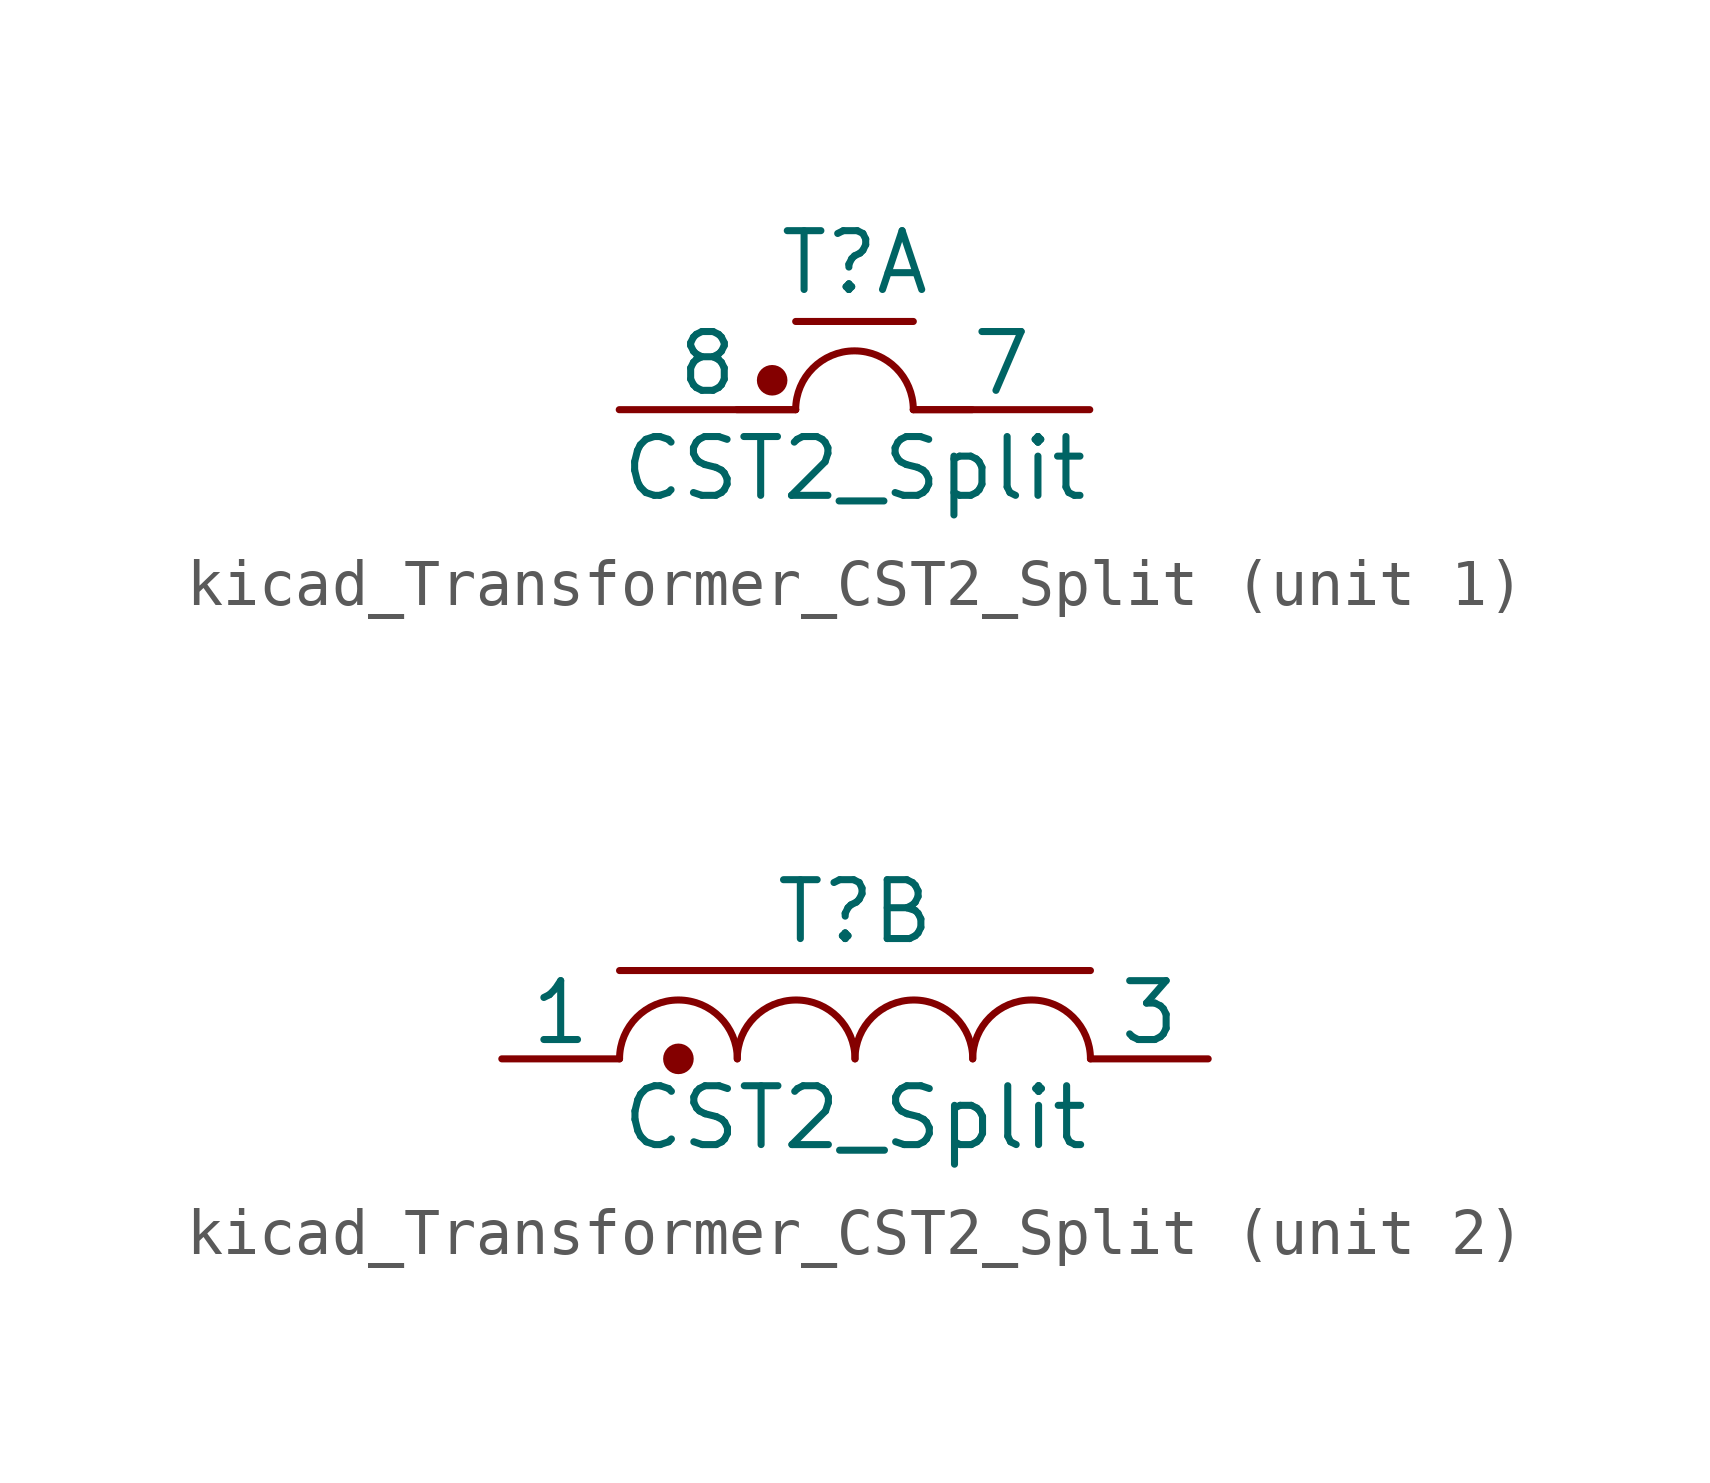
<source format=kicad_sym>
(kicad_symbol_lib
  (version 20220914)
  (generator kicad_symbol_editor)
  (symbol "kicad_Transformer_CST2_Split"
    (pin_numbers hide)
    (pin_names
      (offset 0))
    (property "Reference" "T"
      (at 0 3.175 0)
      (effects (font (size 1.27 1.27))))
    (property "Value" "CST2_Split"
      (at 0 -1.27 0)
      (effects (font (size 1.27 1.27))))
    (property "ki_locked" ""
      (at 0 0 0)
      (effects (font (size 1.27 1.27))))
    (symbol "kicad_Transformer_CST2_Split_1_1"
      (circle (center -1.778 0.635) (radius 0.254) (stroke (width 0) (type default)) (fill (type outline)))
      (polyline (pts (xy -2.54 0) (xy -1.27 0)) (stroke (width 0) (type default)) (fill (type none)))
      (polyline (pts (xy -1.27 1.905) (xy 1.27 1.905)) (stroke (width 0) (type default)) (fill (type none)))
      (polyline (pts (xy 1.27 0) (xy 2.54 0)) (stroke (width 0) (type default)) (fill (type none)))
      (arc (start 1.27 0) (mid 0 1.2645) (end -1.27 0) (stroke (width 0) (type default)) (fill (type none)))
      (pin no_connect line (at -2.54 0 0) (length 2.54) hide (name "5" (effects (font (size 1.27 1.27)))) (number "5" (effects (font (size 1.27 1.27)))))
      (pin no_connect line (at 2.54 0 180) (length 2.54) hide (name "6" (effects (font (size 1.27 1.27)))) (number "6" (effects (font (size 1.27 1.27)))))
      (pin passive line (at 5.08 0 180) (length 3.81) (name "7" (effects (font (size 1.27 1.27)))) (number "7" (effects (font (size 1.27 1.27)))))
      (pin passive line (at -5.08 0 0) (length 3.81) (name "8" (effects (font (size 1.27 1.27)))) (number "8" (effects (font (size 1.27 1.27))))))
    (symbol "kicad_Transformer_CST2_Split_2_1"
      (circle (center -3.81 0) (radius 0.254) (stroke (width 0) (type default)) (fill (type outline)))
      (arc (start -2.54 0) (mid -3.81 1.2645) (end -5.08 0) (stroke (width 0) (type default)) (fill (type none)))
      (arc (start 0 0) (mid -1.27 1.2645) (end -2.54 0) (stroke (width 0) (type default)) (fill (type none)))
      (polyline (pts (xy -5.08 1.905) (xy 5.08 1.905)) (stroke (width 0) (type default)) (fill (type none)))
      (arc (start 2.54 0) (mid 1.27 1.2645) (end 0 0) (stroke (width 0) (type default)) (fill (type none)))
      (arc (start 5.08 0) (mid 3.81 1.2645) (end 2.54 0) (stroke (width 0) (type default)) (fill (type none)))
      (pin passive line (at -7.62 0 0) (length 2.54) (name "1" (effects (font (size 1.27 1.27)))) (number "1" (effects (font (size 1.27 1.27)))))
      (pin no_connect line (at -2.54 0 0) (length 2.54) hide (name "2" (effects (font (size 1.27 1.27)))) (number "2" (effects (font (size 1.27 1.27)))))
      (pin passive line (at 7.62 0 180) (length 2.54) (name "3" (effects (font (size 1.27 1.27)))) (number "3" (effects (font (size 1.27 1.27)))))
      (pin no_connect line (at 2.54 0 180) (length 2.54) hide (name "4" (effects (font (size 1.27 1.27)))) (number "4" (effects (font (size 1.27 1.27))))))))
</source>
